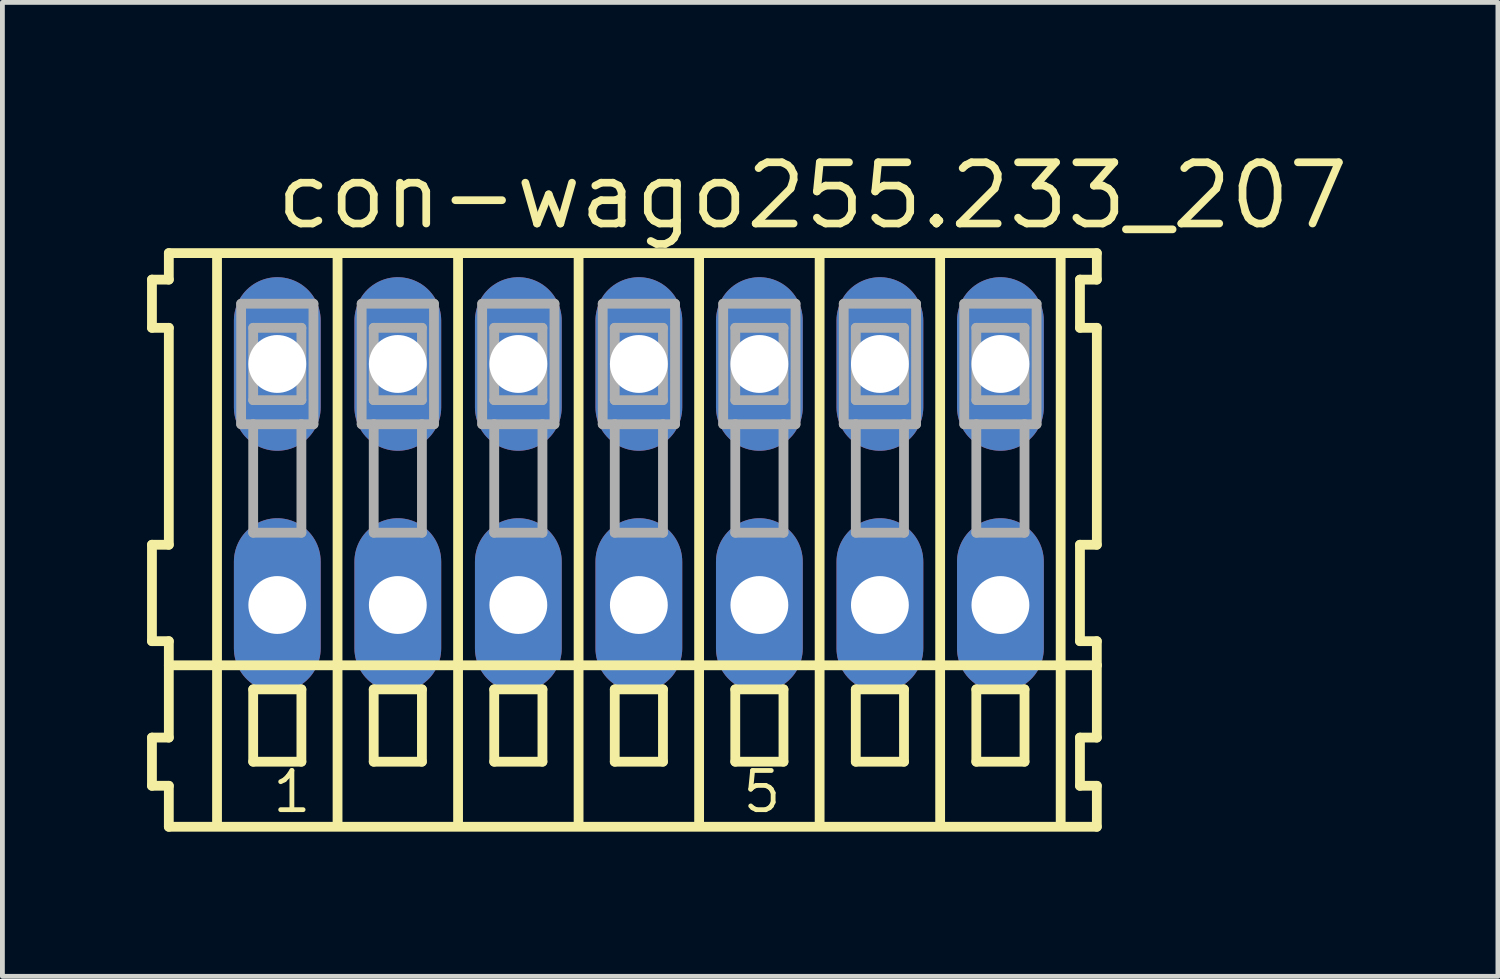
<source format=kicad_pcb>
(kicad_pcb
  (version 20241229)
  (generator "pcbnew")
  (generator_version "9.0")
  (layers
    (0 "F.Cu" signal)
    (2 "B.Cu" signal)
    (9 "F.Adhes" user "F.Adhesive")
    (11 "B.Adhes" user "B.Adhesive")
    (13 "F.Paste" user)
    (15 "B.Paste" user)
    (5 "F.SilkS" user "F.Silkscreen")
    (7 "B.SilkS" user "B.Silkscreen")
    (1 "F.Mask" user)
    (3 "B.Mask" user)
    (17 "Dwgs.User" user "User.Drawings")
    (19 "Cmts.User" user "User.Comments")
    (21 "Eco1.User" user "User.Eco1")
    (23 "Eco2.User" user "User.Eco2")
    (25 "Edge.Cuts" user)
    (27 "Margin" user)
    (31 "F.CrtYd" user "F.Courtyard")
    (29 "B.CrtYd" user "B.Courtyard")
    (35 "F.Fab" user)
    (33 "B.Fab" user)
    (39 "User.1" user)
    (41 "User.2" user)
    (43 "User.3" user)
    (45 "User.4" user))
  (footprint "con-wago255.233_207"
    (layer "F.Cu")
    (at 10.202 7)
    (property "Reference" "con-wago255.233_207" (at -7.6 -5.25 0) (layer "F.SilkS") (effects (font (size 1.27 1.27) (thickness 0.16)) (justify left bottom)))
    (attr through_hole)
    (fp_line (start -10.1 -4.25) (end -10.1 -3.25) (stroke (width 0.203) (type default)) (layer "F.SilkS"))
    (fp_line (start -10.1 -3.25) (end -9.75 -3.25) (stroke (width 0.203) (type default)) (layer "F.SilkS"))
    (fp_line (start -10.1 1.25) (end -10.1 3.25) (stroke (width 0.203) (type default)) (layer "F.SilkS"))
    (fp_line (start -10.1 3.25) (end -9.75 3.25) (stroke (width 0.203) (type default)) (layer "F.SilkS"))
    (fp_line (start -10.1 5.25) (end -10.1 6.25) (stroke (width 0.203) (type default)) (layer "F.SilkS"))
    (fp_line (start -10.1 6.25) (end -9.75 6.25) (stroke (width 0.203) (type default)) (layer "F.SilkS"))
    (fp_line (start -9.75 -4.8) (end -9.75 -4.25) (stroke (width 0.203) (type default)) (layer "F.SilkS"))
    (fp_line (start -9.75 -4.25) (end -10.1 -4.25) (stroke (width 0.203) (type default)) (layer "F.SilkS"))
    (fp_line (start -9.75 -3.25) (end -9.75 1.25) (stroke (width 0.203) (type default)) (layer "F.SilkS"))
    (fp_line (start -9.75 1.25) (end -10.1 1.25) (stroke (width 0.203) (type default)) (layer "F.SilkS"))
    (fp_line (start -9.75 3.25) (end -9.75 5.25) (stroke (width 0.203) (type default)) (layer "F.SilkS"))
    (fp_line (start -9.75 3.75) (end 9.5 3.75) (stroke (width 0.203) (type default)) (layer "F.SilkS"))
    (fp_line (start -9.75 5.25) (end -10.1 5.25) (stroke (width 0.203) (type default)) (layer "F.SilkS"))
    (fp_line (start -9.75 6.25) (end -9.75 7.1) (stroke (width 0.203) (type default)) (layer "F.SilkS"))
    (fp_line (start -9.75 7.1) (end 9.5 7.1) (stroke (width 0.203) (type default)) (layer "F.SilkS"))
    (fp_line (start -8.75 -4.75) (end -8.75 7) (stroke (width 0.203) (type default)) (layer "F.SilkS"))
    (fp_line (start -8 4.25) (end -8 5.75) (stroke (width 0.203) (type default)) (layer "F.SilkS"))
    (fp_line (start -8 5.75) (end -7 5.75) (stroke (width 0.203) (type default)) (layer "F.SilkS"))
    (fp_line (start -7 4.25) (end -8 4.25) (stroke (width 0.203) (type default)) (layer "F.SilkS"))
    (fp_line (start -7 5.75) (end -7 4.25) (stroke (width 0.203) (type default)) (layer "F.SilkS"))
    (fp_line (start -6.25 -4.75) (end -6.25 7) (stroke (width 0.203) (type default)) (layer "F.SilkS"))
    (fp_line (start -5.5 4.25) (end -5.5 5.75) (stroke (width 0.203) (type default)) (layer "F.SilkS"))
    (fp_line (start -5.5 5.75) (end -4.5 5.75) (stroke (width 0.203) (type default)) (layer "F.SilkS"))
    (fp_line (start -4.5 4.25) (end -5.5 4.25) (stroke (width 0.203) (type default)) (layer "F.SilkS"))
    (fp_line (start -4.5 5.75) (end -4.5 4.25) (stroke (width 0.203) (type default)) (layer "F.SilkS"))
    (fp_line (start -3.75 -4.75) (end -3.75 7) (stroke (width 0.203) (type default)) (layer "F.SilkS"))
    (fp_line (start -3 4.25) (end -3 5.75) (stroke (width 0.203) (type default)) (layer "F.SilkS"))
    (fp_line (start -3 5.75) (end -2 5.75) (stroke (width 0.203) (type default)) (layer "F.SilkS"))
    (fp_line (start -2 4.25) (end -3 4.25) (stroke (width 0.203) (type default)) (layer "F.SilkS"))
    (fp_line (start -2 5.75) (end -2 4.25) (stroke (width 0.203) (type default)) (layer "F.SilkS"))
    (fp_line (start -1.25 -4.75) (end -1.25 7) (stroke (width 0.203) (type default)) (layer "F.SilkS"))
    (fp_line (start -0.5 4.25) (end -0.5 5.75) (stroke (width 0.203) (type default)) (layer "F.SilkS"))
    (fp_line (start -0.5 5.75) (end 0.5 5.75) (stroke (width 0.203) (type default)) (layer "F.SilkS"))
    (fp_line (start 0.5 4.25) (end -0.5 4.25) (stroke (width 0.203) (type default)) (layer "F.SilkS"))
    (fp_line (start 0.5 5.75) (end 0.5 4.25) (stroke (width 0.203) (type default)) (layer "F.SilkS"))
    (fp_line (start 1.25 -4.75) (end 1.25 7) (stroke (width 0.203) (type default)) (layer "F.SilkS"))
    (fp_line (start 2 4.25) (end 2 5.75) (stroke (width 0.203) (type default)) (layer "F.SilkS"))
    (fp_line (start 2 5.75) (end 3 5.75) (stroke (width 0.203) (type default)) (layer "F.SilkS"))
    (fp_line (start 3 4.25) (end 2 4.25) (stroke (width 0.203) (type default)) (layer "F.SilkS"))
    (fp_line (start 3 5.75) (end 3 4.25) (stroke (width 0.203) (type default)) (layer "F.SilkS"))
    (fp_line (start 3.75 -4.75) (end 3.75 7) (stroke (width 0.203) (type default)) (layer "F.SilkS"))
    (fp_line (start 4.5 4.25) (end 4.5 5.75) (stroke (width 0.203) (type default)) (layer "F.SilkS"))
    (fp_line (start 4.5 5.75) (end 5.5 5.75) (stroke (width 0.203) (type default)) (layer "F.SilkS"))
    (fp_line (start 5.5 4.25) (end 4.5 4.25) (stroke (width 0.203) (type default)) (layer "F.SilkS"))
    (fp_line (start 5.5 5.75) (end 5.5 4.25) (stroke (width 0.203) (type default)) (layer "F.SilkS"))
    (fp_line (start 6.25 -4.75) (end 6.25 7) (stroke (width 0.203) (type default)) (layer "F.SilkS"))
    (fp_line (start 7 4.25) (end 7 5.75) (stroke (width 0.203) (type default)) (layer "F.SilkS"))
    (fp_line (start 7 5.75) (end 8 5.75) (stroke (width 0.203) (type default)) (layer "F.SilkS"))
    (fp_line (start 8 4.25) (end 7 4.25) (stroke (width 0.203) (type default)) (layer "F.SilkS"))
    (fp_line (start 8 5.75) (end 8 4.25) (stroke (width 0.203) (type default)) (layer "F.SilkS"))
    (fp_line (start 8.75 -4.75) (end 8.75 7) (stroke (width 0.203) (type default)) (layer "F.SilkS"))
    (fp_line (start 9.15 -4.25) (end 9.15 -3.25) (stroke (width 0.203) (type default)) (layer "F.SilkS"))
    (fp_line (start 9.15 -3.25) (end 9.5 -3.25) (stroke (width 0.203) (type default)) (layer "F.SilkS"))
    (fp_line (start 9.15 1.25) (end 9.15 3.25) (stroke (width 0.203) (type default)) (layer "F.SilkS"))
    (fp_line (start 9.15 3.25) (end 9.5 3.25) (stroke (width 0.203) (type default)) (layer "F.SilkS"))
    (fp_line (start 9.15 5.25) (end 9.15 6.25) (stroke (width 0.203) (type default)) (layer "F.SilkS"))
    (fp_line (start 9.15 6.25) (end 9.5 6.25) (stroke (width 0.203) (type default)) (layer "F.SilkS"))
    (fp_line (start 9.5 -4.8) (end -9.75 -4.8) (stroke (width 0.203) (type default)) (layer "F.SilkS"))
    (fp_line (start 9.5 -4.25) (end 9.15 -4.25) (stroke (width 0.203) (type default)) (layer "F.SilkS"))
    (fp_line (start 9.5 -4.25) (end 9.5 -4.8) (stroke (width 0.203) (type default)) (layer "F.SilkS"))
    (fp_line (start 9.5 1.25) (end 9.15 1.25) (stroke (width 0.203) (type default)) (layer "F.SilkS"))
    (fp_line (start 9.5 1.25) (end 9.5 -3.25) (stroke (width 0.203) (type default)) (layer "F.SilkS"))
    (fp_line (start 9.5 3.75) (end 9.5 3.25) (stroke (width 0.203) (type default)) (layer "F.SilkS"))
    (fp_line (start 9.5 5.25) (end 9.15 5.25) (stroke (width 0.203) (type default)) (layer "F.SilkS"))
    (fp_line (start 9.5 5.25) (end 9.5 3.75) (stroke (width 0.203) (type default)) (layer "F.SilkS"))
    (fp_line (start 9.5 7.1) (end 9.5 6.25) (stroke (width 0.203) (type default)) (layer "F.SilkS"))
    (fp_line (start -8.25 -3.75) (end -8.25 -1.25) (stroke (width 0.203) (type default)) (layer "F.Fab"))
    (fp_line (start -8.25 -1.25) (end -8 -1.25) (stroke (width 0.203) (type default)) (layer "F.Fab"))
    (fp_line (start -8 -3.25) (end -8 -1.75) (stroke (width 0.203) (type default)) (layer "F.Fab"))
    (fp_line (start -8 -1.75) (end -7 -1.75) (stroke (width 0.203) (type default)) (layer "F.Fab"))
    (fp_line (start -8 -1.25) (end -8 1) (stroke (width 0.203) (type default)) (layer "F.Fab"))
    (fp_line (start -8 -1.25) (end -7 -1.25) (stroke (width 0.203) (type default)) (layer "F.Fab"))
    (fp_line (start -8 1) (end -7 1) (stroke (width 0.203) (type default)) (layer "F.Fab"))
    (fp_line (start -7 -3.25) (end -8 -3.25) (stroke (width 0.203) (type default)) (layer "F.Fab"))
    (fp_line (start -7 -1.75) (end -7 -3.25) (stroke (width 0.203) (type default)) (layer "F.Fab"))
    (fp_line (start -7 -1.25) (end -6.75 -1.25) (stroke (width 0.203) (type default)) (layer "F.Fab"))
    (fp_line (start -7 1) (end -7 -1.25) (stroke (width 0.203) (type default)) (layer "F.Fab"))
    (fp_line (start -6.75 -3.75) (end -8.25 -3.75) (stroke (width 0.203) (type default)) (layer "F.Fab"))
    (fp_line (start -6.75 -1.25) (end -6.75 -3.75) (stroke (width 0.203) (type default)) (layer "F.Fab"))
    (fp_line (start -5.75 -3.75) (end -5.75 -1.25) (stroke (width 0.203) (type default)) (layer "F.Fab"))
    (fp_line (start -5.75 -1.25) (end -5.5 -1.25) (stroke (width 0.203) (type default)) (layer "F.Fab"))
    (fp_line (start -5.5 -3.25) (end -5.5 -1.75) (stroke (width 0.203) (type default)) (layer "F.Fab"))
    (fp_line (start -5.5 -1.75) (end -4.5 -1.75) (stroke (width 0.203) (type default)) (layer "F.Fab"))
    (fp_line (start -5.5 -1.25) (end -5.5 1) (stroke (width 0.203) (type default)) (layer "F.Fab"))
    (fp_line (start -5.5 -1.25) (end -4.5 -1.25) (stroke (width 0.203) (type default)) (layer "F.Fab"))
    (fp_line (start -5.5 1) (end -4.5 1) (stroke (width 0.203) (type default)) (layer "F.Fab"))
    (fp_line (start -4.5 -3.25) (end -5.5 -3.25) (stroke (width 0.203) (type default)) (layer "F.Fab"))
    (fp_line (start -4.5 -1.75) (end -4.5 -3.25) (stroke (width 0.203) (type default)) (layer "F.Fab"))
    (fp_line (start -4.5 -1.25) (end -4.25 -1.25) (stroke (width 0.203) (type default)) (layer "F.Fab"))
    (fp_line (start -4.5 1) (end -4.5 -1.25) (stroke (width 0.203) (type default)) (layer "F.Fab"))
    (fp_line (start -4.25 -3.75) (end -5.75 -3.75) (stroke (width 0.203) (type default)) (layer "F.Fab"))
    (fp_line (start -4.25 -1.25) (end -4.25 -3.75) (stroke (width 0.203) (type default)) (layer "F.Fab"))
    (fp_line (start -3.25 -3.75) (end -3.25 -1.25) (stroke (width 0.203) (type default)) (layer "F.Fab"))
    (fp_line (start -3.25 -1.25) (end -3 -1.25) (stroke (width 0.203) (type default)) (layer "F.Fab"))
    (fp_line (start -3 -3.25) (end -3 -1.75) (stroke (width 0.203) (type default)) (layer "F.Fab"))
    (fp_line (start -3 -1.75) (end -2 -1.75) (stroke (width 0.203) (type default)) (layer "F.Fab"))
    (fp_line (start -3 -1.25) (end -3 1) (stroke (width 0.203) (type default)) (layer "F.Fab"))
    (fp_line (start -3 -1.25) (end -2 -1.25) (stroke (width 0.203) (type default)) (layer "F.Fab"))
    (fp_line (start -3 1) (end -2 1) (stroke (width 0.203) (type default)) (layer "F.Fab"))
    (fp_line (start -2 -3.25) (end -3 -3.25) (stroke (width 0.203) (type default)) (layer "F.Fab"))
    (fp_line (start -2 -1.75) (end -2 -3.25) (stroke (width 0.203) (type default)) (layer "F.Fab"))
    (fp_line (start -2 -1.25) (end -1.75 -1.25) (stroke (width 0.203) (type default)) (layer "F.Fab"))
    (fp_line (start -2 1) (end -2 -1.25) (stroke (width 0.203) (type default)) (layer "F.Fab"))
    (fp_line (start -1.75 -3.75) (end -3.25 -3.75) (stroke (width 0.203) (type default)) (layer "F.Fab"))
    (fp_line (start -1.75 -1.25) (end -1.75 -3.75) (stroke (width 0.203) (type default)) (layer "F.Fab"))
    (fp_line (start -0.75 -3.75) (end -0.75 -1.25) (stroke (width 0.203) (type default)) (layer "F.Fab"))
    (fp_line (start -0.75 -1.25) (end -0.5 -1.25) (stroke (width 0.203) (type default)) (layer "F.Fab"))
    (fp_line (start -0.5 -3.25) (end -0.5 -1.75) (stroke (width 0.203) (type default)) (layer "F.Fab"))
    (fp_line (start -0.5 -1.75) (end 0.5 -1.75) (stroke (width 0.203) (type default)) (layer "F.Fab"))
    (fp_line (start -0.5 -1.25) (end -0.5 1) (stroke (width 0.203) (type default)) (layer "F.Fab"))
    (fp_line (start -0.5 -1.25) (end 0.5 -1.25) (stroke (width 0.203) (type default)) (layer "F.Fab"))
    (fp_line (start -0.5 1) (end 0.5 1) (stroke (width 0.203) (type default)) (layer "F.Fab"))
    (fp_line (start 0.5 -3.25) (end -0.5 -3.25) (stroke (width 0.203) (type default)) (layer "F.Fab"))
    (fp_line (start 0.5 -1.75) (end 0.5 -3.25) (stroke (width 0.203) (type default)) (layer "F.Fab"))
    (fp_line (start 0.5 -1.25) (end 0.75 -1.25) (stroke (width 0.203) (type default)) (layer "F.Fab"))
    (fp_line (start 0.5 1) (end 0.5 -1.25) (stroke (width 0.203) (type default)) (layer "F.Fab"))
    (fp_line (start 0.75 -3.75) (end -0.75 -3.75) (stroke (width 0.203) (type default)) (layer "F.Fab"))
    (fp_line (start 0.75 -1.25) (end 0.75 -3.75) (stroke (width 0.203) (type default)) (layer "F.Fab"))
    (fp_line (start 1.75 -3.75) (end 1.75 -1.25) (stroke (width 0.203) (type default)) (layer "F.Fab"))
    (fp_line (start 1.75 -1.25) (end 2 -1.25) (stroke (width 0.203) (type default)) (layer "F.Fab"))
    (fp_line (start 2 -3.25) (end 2 -1.75) (stroke (width 0.203) (type default)) (layer "F.Fab"))
    (fp_line (start 2 -1.75) (end 3 -1.75) (stroke (width 0.203) (type default)) (layer "F.Fab"))
    (fp_line (start 2 -1.25) (end 2 1) (stroke (width 0.203) (type default)) (layer "F.Fab"))
    (fp_line (start 2 -1.25) (end 3 -1.25) (stroke (width 0.203) (type default)) (layer "F.Fab"))
    (fp_line (start 2 1) (end 3 1) (stroke (width 0.203) (type default)) (layer "F.Fab"))
    (fp_line (start 3 -3.25) (end 2 -3.25) (stroke (width 0.203) (type default)) (layer "F.Fab"))
    (fp_line (start 3 -1.75) (end 3 -3.25) (stroke (width 0.203) (type default)) (layer "F.Fab"))
    (fp_line (start 3 -1.25) (end 3.25 -1.25) (stroke (width 0.203) (type default)) (layer "F.Fab"))
    (fp_line (start 3 1) (end 3 -1.25) (stroke (width 0.203) (type default)) (layer "F.Fab"))
    (fp_line (start 3.25 -3.75) (end 1.75 -3.75) (stroke (width 0.203) (type default)) (layer "F.Fab"))
    (fp_line (start 3.25 -1.25) (end 3.25 -3.75) (stroke (width 0.203) (type default)) (layer "F.Fab"))
    (fp_line (start 4.25 -3.75) (end 4.25 -1.25) (stroke (width 0.203) (type default)) (layer "F.Fab"))
    (fp_line (start 4.25 -1.25) (end 4.5 -1.25) (stroke (width 0.203) (type default)) (layer "F.Fab"))
    (fp_line (start 4.5 -3.25) (end 4.5 -1.75) (stroke (width 0.203) (type default)) (layer "F.Fab"))
    (fp_line (start 4.5 -1.75) (end 5.5 -1.75) (stroke (width 0.203) (type default)) (layer "F.Fab"))
    (fp_line (start 4.5 -1.25) (end 4.5 1) (stroke (width 0.203) (type default)) (layer "F.Fab"))
    (fp_line (start 4.5 -1.25) (end 5.5 -1.25) (stroke (width 0.203) (type default)) (layer "F.Fab"))
    (fp_line (start 4.5 1) (end 5.5 1) (stroke (width 0.203) (type default)) (layer "F.Fab"))
    (fp_line (start 5.5 -3.25) (end 4.5 -3.25) (stroke (width 0.203) (type default)) (layer "F.Fab"))
    (fp_line (start 5.5 -1.75) (end 5.5 -3.25) (stroke (width 0.203) (type default)) (layer "F.Fab"))
    (fp_line (start 5.5 -1.25) (end 5.75 -1.25) (stroke (width 0.203) (type default)) (layer "F.Fab"))
    (fp_line (start 5.5 1) (end 5.5 -1.25) (stroke (width 0.203) (type default)) (layer "F.Fab"))
    (fp_line (start 5.75 -3.75) (end 4.25 -3.75) (stroke (width 0.203) (type default)) (layer "F.Fab"))
    (fp_line (start 5.75 -1.25) (end 5.75 -3.75) (stroke (width 0.203) (type default)) (layer "F.Fab"))
    (fp_line (start 6.75 -3.75) (end 6.75 -1.25) (stroke (width 0.203) (type default)) (layer "F.Fab"))
    (fp_line (start 6.75 -1.25) (end 7 -1.25) (stroke (width 0.203) (type default)) (layer "F.Fab"))
    (fp_line (start 7 -3.25) (end 7 -1.75) (stroke (width 0.203) (type default)) (layer "F.Fab"))
    (fp_line (start 7 -1.75) (end 8 -1.75) (stroke (width 0.203) (type default)) (layer "F.Fab"))
    (fp_line (start 7 -1.25) (end 7 1) (stroke (width 0.203) (type default)) (layer "F.Fab"))
    (fp_line (start 7 -1.25) (end 8 -1.25) (stroke (width 0.203) (type default)) (layer "F.Fab"))
    (fp_line (start 7 1) (end 8 1) (stroke (width 0.203) (type default)) (layer "F.Fab"))
    (fp_line (start 8 -3.25) (end 7 -3.25) (stroke (width 0.203) (type default)) (layer "F.Fab"))
    (fp_line (start 8 -1.75) (end 8 -3.25) (stroke (width 0.203) (type default)) (layer "F.Fab"))
    (fp_line (start 8 -1.25) (end 8.25 -1.25) (stroke (width 0.203) (type default)) (layer "F.Fab"))
    (fp_line (start 8 1) (end 8 -1.25) (stroke (width 0.203) (type default)) (layer "F.Fab"))
    (fp_line (start 8.25 -3.75) (end 6.75 -3.75) (stroke (width 0.203) (type default)) (layer "F.Fab"))
    (fp_line (start 8.25 -1.25) (end 8.25 -3.75) (stroke (width 0.203) (type default)) (layer "F.Fab"))
    (fp_text user "5" (at 2.1 6.85 0) (layer "F.SilkS") (effects (font (size 0.813 0.813) (thickness 0.1)) (justify left bottom)))
    (fp_text user "1" (at -7.65 6.85 0) (layer "F.SilkS") (effects (font (size 0.813 0.813) (thickness 0.1)) (justify left bottom)))
    (pad "A1" thru_hole oval (at -7.5 -2.5 90) (size 3.6 1.8) (drill 1.2) (layers "*.Cu" "*.Mask"))
    (pad "A2" thru_hole oval (at -5 -2.5 90) (size 3.6 1.8) (drill 1.2) (layers "*.Cu" "*.Mask"))
    (pad "A3" thru_hole oval (at -2.5 -2.5 90) (size 3.6 1.8) (drill 1.2) (layers "*.Cu" "*.Mask"))
    (pad "A4" thru_hole oval (at 0 -2.5 90) (size 3.6 1.8) (drill 1.2) (layers "*.Cu" "*.Mask"))
    (pad "A5" thru_hole oval (at 2.5 -2.5 90) (size 3.6 1.8) (drill 1.2) (layers "*.Cu" "*.Mask"))
    (pad "A6" thru_hole oval (at 5 -2.5 90) (size 3.6 1.8) (drill 1.2) (layers "*.Cu" "*.Mask"))
    (pad "A7" thru_hole oval (at 7.5 -2.5 90) (size 3.6 1.8) (drill 1.2) (layers "*.Cu" "*.Mask"))
    (pad "B1" thru_hole oval (at -7.5 2.5 90) (size 3.6 1.8) (drill 1.2) (layers "*.Cu" "*.Mask"))
    (pad "B2" thru_hole oval (at -5 2.5 90) (size 3.6 1.8) (drill 1.2) (layers "*.Cu" "*.Mask"))
    (pad "B3" thru_hole oval (at -2.5 2.5 90) (size 3.6 1.8) (drill 1.2) (layers "*.Cu" "*.Mask"))
    (pad "B4" thru_hole oval (at 0 2.5 90) (size 3.6 1.8) (drill 1.2) (layers "*.Cu" "*.Mask"))
    (pad "B5" thru_hole oval (at 2.5 2.5 90) (size 3.6 1.8) (drill 1.2) (layers "*.Cu" "*.Mask"))
    (pad "B6" thru_hole oval (at 5 2.5 90) (size 3.6 1.8) (drill 1.2) (layers "*.Cu" "*.Mask"))
    (pad "B7" thru_hole oval (at 7.5 2.5 90) (size 3.6 1.8) (drill 1.2) (layers "*.Cu" "*.Mask")))
  (gr_rect
    (start -3 -3)
    (end 28.022 17.202)
    (stroke (width 0.1) (type default))
    (fill no)
    (layer "Edge.Cuts")))
</source>
